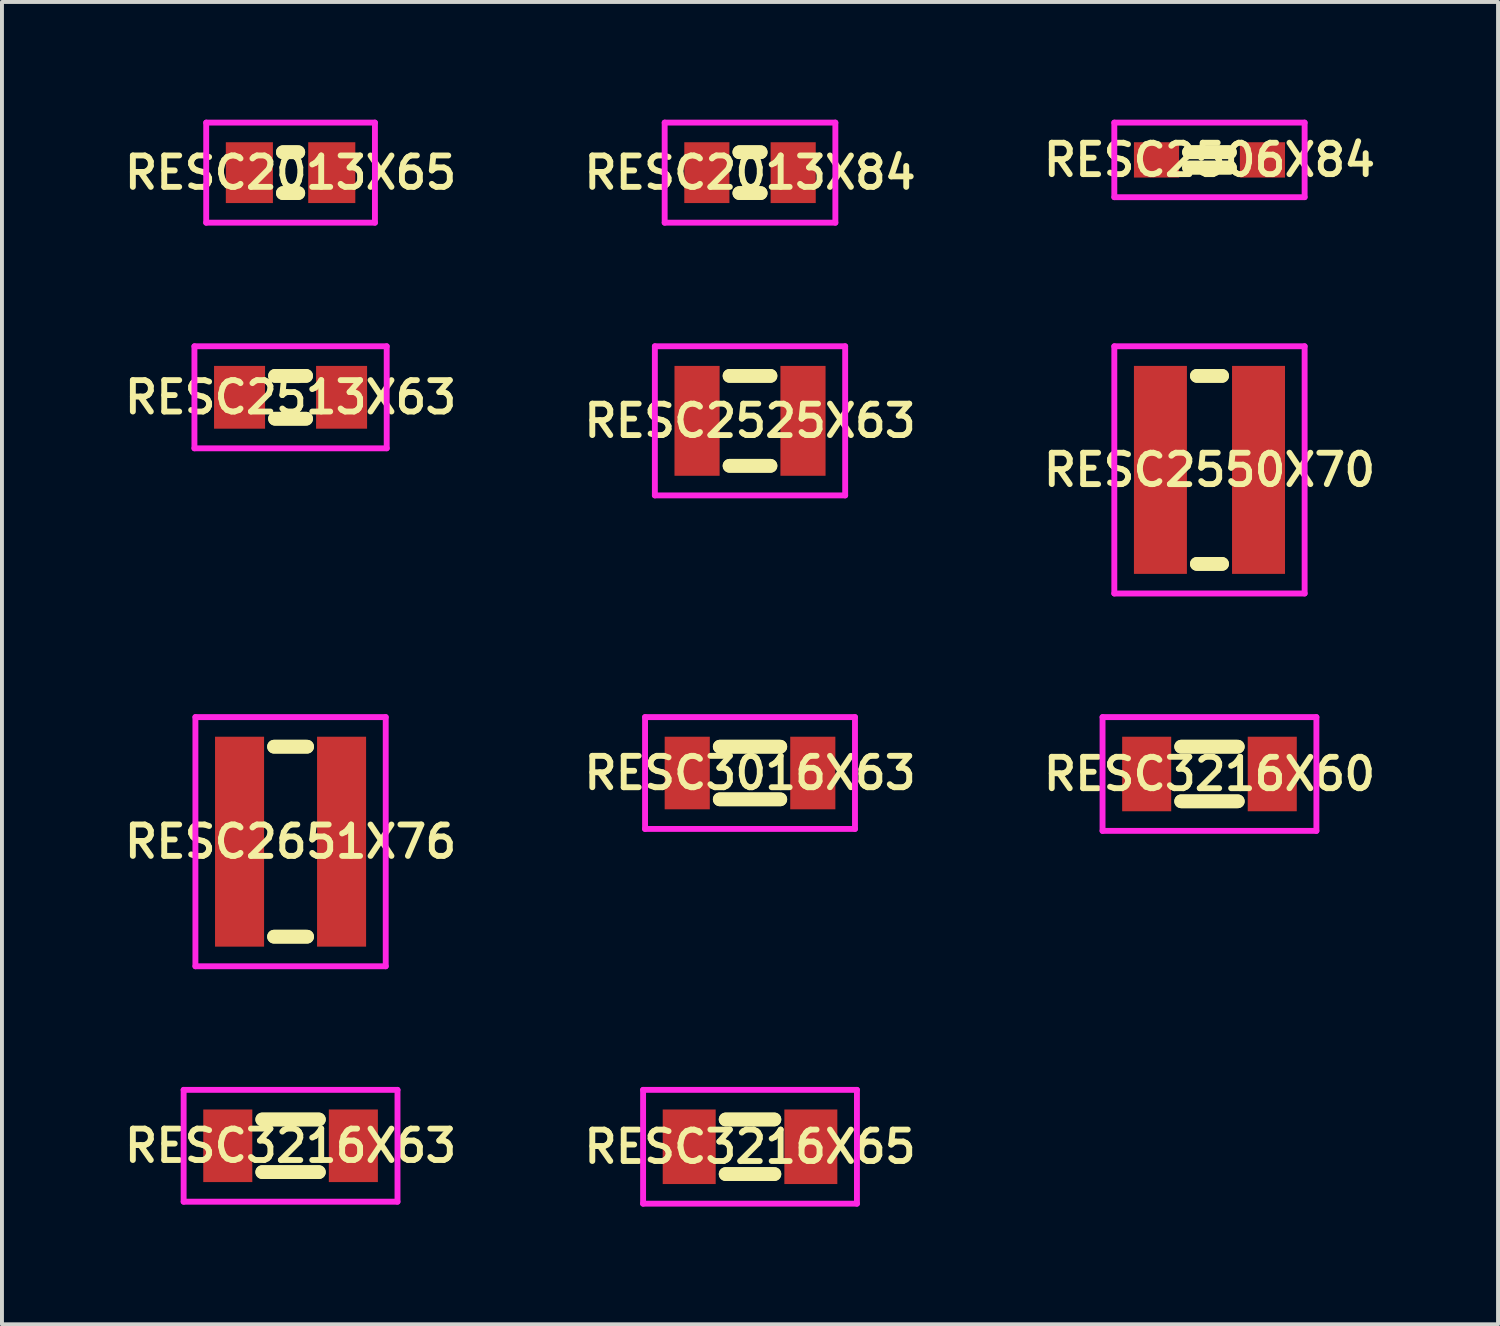
<source format=kicad_pcb>
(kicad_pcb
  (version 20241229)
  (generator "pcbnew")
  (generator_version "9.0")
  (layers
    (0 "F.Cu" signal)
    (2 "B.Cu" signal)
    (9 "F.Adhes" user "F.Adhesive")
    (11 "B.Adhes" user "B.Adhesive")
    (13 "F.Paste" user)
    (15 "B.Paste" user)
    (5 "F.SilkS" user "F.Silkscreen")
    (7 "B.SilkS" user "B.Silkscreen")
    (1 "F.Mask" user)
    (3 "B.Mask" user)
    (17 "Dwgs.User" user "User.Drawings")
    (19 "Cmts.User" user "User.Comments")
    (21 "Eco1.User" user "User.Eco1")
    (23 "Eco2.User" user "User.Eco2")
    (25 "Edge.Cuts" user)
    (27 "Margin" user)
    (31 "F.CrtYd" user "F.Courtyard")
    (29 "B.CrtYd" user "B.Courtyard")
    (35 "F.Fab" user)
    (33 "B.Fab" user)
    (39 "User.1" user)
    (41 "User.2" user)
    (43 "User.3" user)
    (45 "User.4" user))
  (footprint "RESC3216X65"
    (layer "F.Cu")
    (at 16.064 26.175)
    (property "Reference" "RESC3216X65" (at 0 0 0) (layer "F.SilkS") (effects (font (size 0.8 0.8) (thickness 0.15))))
    (attr smd)
    (fp_line (start -0.621 -0.696) (end 0.621 -0.696) (stroke (width 0.35) (type solid)) (layer "F.SilkS"))
    (fp_line (start -0.621 0.696) (end 0.621 0.696) (stroke (width 0.35) (type solid)) (layer "F.SilkS"))
    (fp_line (start 0.621 -0.696) (end -0.621 -0.696) (stroke (width 0.35) (type solid)) (layer "F.SilkS"))
    (fp_line (start 0.621 0.696) (end -0.621 0.696) (stroke (width 0.35) (type solid)) (layer "F.SilkS"))
    (fp_line (start -2.725 -1.45) (end 2.725 -1.45) (stroke (width 0.15) (type solid)) (layer "F.CrtYd"))
    (fp_line (start -2.725 1.45) (end -2.725 -1.45) (stroke (width 0.15) (type solid)) (layer "F.CrtYd"))
    (fp_line (start 2.725 -1.45) (end 2.725 1.45) (stroke (width 0.15) (type solid)) (layer "F.CrtYd"))
    (fp_line (start 2.725 1.45) (end -2.725 1.45) (stroke (width 0.15) (type solid)) (layer "F.CrtYd"))
    (pad "1" smd rect (at -1.55 0) (size 1.35 1.9) (layers "F.Cu" "F.Mask" "F.Paste"))
    (pad "2" smd rect (at 1.55 0) (size 1.35 1.9) (layers "F.Cu" "F.Mask" "F.Paste")))
  (footprint "RESC2013X65"
    (layer "F.Cu")
    (at 4.355 1.35)
    (property "Reference" "RESC2013X65" (at 0 0 0) (layer "F.SilkS") (effects (font (size 0.8 0.8) (thickness 0.15))))
    (attr smd)
    (fp_line (start -0.196 -0.521) (end 0.196 -0.521) (stroke (width 0.35) (type solid)) (layer "F.SilkS"))
    (fp_line (start -0.196 0.521) (end 0.196 0.521) (stroke (width 0.35) (type solid)) (layer "F.SilkS"))
    (fp_line (start 0.196 -0.521) (end -0.196 -0.521) (stroke (width 0.35) (type solid)) (layer "F.SilkS"))
    (fp_line (start 0.196 0.521) (end -0.196 0.521) (stroke (width 0.35) (type solid)) (layer "F.SilkS"))
    (fp_line (start -2.15 -1.275) (end 2.15 -1.275) (stroke (width 0.15) (type solid)) (layer "F.CrtYd"))
    (fp_line (start -2.15 1.275) (end -2.15 -1.275) (stroke (width 0.15) (type solid)) (layer "F.CrtYd"))
    (fp_line (start 2.15 -1.275) (end 2.15 1.275) (stroke (width 0.15) (type solid)) (layer "F.CrtYd"))
    (fp_line (start 2.15 1.275) (end -2.15 1.275) (stroke (width 0.15) (type solid)) (layer "F.CrtYd"))
    (pad "1" smd rect (at -1.05 0) (size 1.2 1.55) (layers "F.Cu" "F.Mask" "F.Paste"))
    (pad "2" smd rect (at 1.05 0) (size 1.2 1.55) (layers "F.Cu" "F.Mask" "F.Paste")))
  (footprint "RESC2506X84"
    (layer "F.Cu")
    (at 27.773 1.025)
    (property "Reference" "RESC2506X84" (at 0 0 0) (layer "F.SilkS") (effects (font (size 0.8 0.8) (thickness 0.15))))
    (attr through_hole)
    (fp_line (start -0.521 -0.196) (end 0.521 -0.196) (stroke (width 0.35) (type solid)) (layer "F.SilkS"))
    (fp_line (start -0.521 0.196) (end 0.521 0.196) (stroke (width 0.35) (type solid)) (layer "F.SilkS"))
    (fp_line (start 0.521 -0.196) (end -0.521 -0.196) (stroke (width 0.35) (type solid)) (layer "F.SilkS"))
    (fp_line (start 0.521 0.196) (end -0.521 0.196) (stroke (width 0.35) (type solid)) (layer "F.SilkS"))
    (fp_line (start -2.425 -0.95) (end 2.425 -0.95) (stroke (width 0.15) (type solid)) (layer "F.CrtYd"))
    (fp_line (start -2.425 0.95) (end -2.425 -0.95) (stroke (width 0.15) (type solid)) (layer "F.CrtYd"))
    (fp_line (start 2.425 -0.95) (end 2.425 0.95) (stroke (width 0.15) (type solid)) (layer "F.CrtYd"))
    (fp_line (start 2.425 0.95) (end -2.425 0.95) (stroke (width 0.15) (type solid)) (layer "F.CrtYd"))
    (pad "1" smd rect (at -1.35 0) (size 1.15 0.9) (layers "F.Cu" "F.Mask" "F.Paste"))
    (pad "2" smd rect (at 1.35 0) (size 1.15 0.9) (layers "F.Cu" "F.Mask" "F.Paste")))
  (footprint "RESC3216X63"
    (layer "F.Cu")
    (at 4.355 26.15)
    (property "Reference" "RESC3216X63" (at 0 0 0) (layer "F.SilkS") (effects (font (size 0.8 0.8) (thickness 0.15))))
    (attr smd)
    (fp_line (start -0.721 -0.671) (end 0.721 -0.671) (stroke (width 0.35) (type solid)) (layer "F.SilkS"))
    (fp_line (start -0.721 0.671) (end 0.721 0.671) (stroke (width 0.35) (type solid)) (layer "F.SilkS"))
    (fp_line (start 0.721 -0.671) (end -0.721 -0.671) (stroke (width 0.35) (type solid)) (layer "F.SilkS"))
    (fp_line (start 0.721 0.671) (end -0.721 0.671) (stroke (width 0.35) (type solid)) (layer "F.SilkS"))
    (fp_line (start -2.725 -1.425) (end 2.725 -1.425) (stroke (width 0.15) (type solid)) (layer "F.CrtYd"))
    (fp_line (start -2.725 1.425) (end -2.725 -1.425) (stroke (width 0.15) (type solid)) (layer "F.CrtYd"))
    (fp_line (start 2.725 -1.425) (end 2.725 1.425) (stroke (width 0.15) (type solid)) (layer "F.CrtYd"))
    (fp_line (start 2.725 1.425) (end -2.725 1.425) (stroke (width 0.15) (type solid)) (layer "F.CrtYd"))
    (pad "1" smd rect (at -1.6 0) (size 1.25 1.85) (layers "F.Cu" "F.Mask" "F.Paste"))
    (pad "2" smd rect (at 1.6 0) (size 1.25 1.85) (layers "F.Cu" "F.Mask" "F.Paste")))
  (footprint "RESC3016X63"
    (layer "F.Cu")
    (at 16.064 16.65)
    (property "Reference" "RESC3016X63" (at 0 0 0) (layer "F.SilkS") (effects (font (size 0.8 0.8) (thickness 0.15))))
    (attr through_hole)
    (fp_line (start -0.771 -0.671) (end 0.771 -0.671) (stroke (width 0.35) (type solid)) (layer "F.SilkS"))
    (fp_line (start -0.771 0.671) (end 0.771 0.671) (stroke (width 0.35) (type solid)) (layer "F.SilkS"))
    (fp_line (start 0.771 -0.671) (end -0.771 -0.671) (stroke (width 0.35) (type solid)) (layer "F.SilkS"))
    (fp_line (start 0.771 0.671) (end -0.771 0.671) (stroke (width 0.35) (type solid)) (layer "F.SilkS"))
    (fp_line (start -2.675 -1.425) (end 2.675 -1.425) (stroke (width 0.15) (type solid)) (layer "F.CrtYd"))
    (fp_line (start -2.675 1.425) (end -2.675 -1.425) (stroke (width 0.15) (type solid)) (layer "F.CrtYd"))
    (fp_line (start 2.675 -1.425) (end 2.675 1.425) (stroke (width 0.15) (type solid)) (layer "F.CrtYd"))
    (fp_line (start 2.675 1.425) (end -2.675 1.425) (stroke (width 0.15) (type solid)) (layer "F.CrtYd"))
    (pad "1" smd rect (at -1.6 0) (size 1.15 1.85) (layers "F.Cu" "F.Mask" "F.Paste"))
    (pad "2" smd rect (at 1.6 0) (size 1.15 1.85) (layers "F.Cu" "F.Mask" "F.Paste")))
  (footprint "RESC2525X63"
    (layer "F.Cu")
    (at 16.064 7.675)
    (property "Reference" "RESC2525X63" (at 0 0 0) (layer "F.SilkS") (effects (font (size 0.8 0.8) (thickness 0.15))))
    (attr smd)
    (fp_line (start -0.521 -1.146) (end 0.521 -1.146) (stroke (width 0.35) (type solid)) (layer "F.SilkS"))
    (fp_line (start -0.521 1.146) (end 0.521 1.146) (stroke (width 0.35) (type solid)) (layer "F.SilkS"))
    (fp_line (start 0.521 -1.146) (end -0.521 -1.146) (stroke (width 0.35) (type solid)) (layer "F.SilkS"))
    (fp_line (start 0.521 1.146) (end -0.521 1.146) (stroke (width 0.35) (type solid)) (layer "F.SilkS"))
    (fp_line (start -2.425 -1.9) (end 2.425 -1.9) (stroke (width 0.15) (type solid)) (layer "F.CrtYd"))
    (fp_line (start -2.425 1.9) (end -2.425 -1.9) (stroke (width 0.15) (type solid)) (layer "F.CrtYd"))
    (fp_line (start 2.425 -1.9) (end 2.425 1.9) (stroke (width 0.15) (type solid)) (layer "F.CrtYd"))
    (fp_line (start 2.425 1.9) (end -2.425 1.9) (stroke (width 0.15) (type solid)) (layer "F.CrtYd"))
    (pad "1" smd rect (at -1.35 0) (size 1.15 2.8) (layers "F.Cu" "F.Mask" "F.Paste"))
    (pad "2" smd rect (at 1.35 0) (size 1.15 2.8) (layers "F.Cu" "F.Mask" "F.Paste")))
  (footprint "RESC2513X63"
    (layer "F.Cu")
    (at 4.355 7.075)
    (property "Reference" "RESC2513X63" (at 0 0 0) (layer "F.SilkS") (effects (font (size 0.8 0.8) (thickness 0.15))))
    (attr smd)
    (fp_line (start -0.396 -0.546) (end 0.396 -0.546) (stroke (width 0.35) (type solid)) (layer "F.SilkS"))
    (fp_line (start -0.396 0.546) (end 0.396 0.546) (stroke (width 0.35) (type solid)) (layer "F.SilkS"))
    (fp_line (start 0.396 -0.546) (end -0.396 -0.546) (stroke (width 0.35) (type solid)) (layer "F.SilkS"))
    (fp_line (start 0.396 0.546) (end -0.396 0.546) (stroke (width 0.35) (type solid)) (layer "F.SilkS"))
    (fp_line (start -2.45 -1.3) (end 2.45 -1.3) (stroke (width 0.15) (type solid)) (layer "F.CrtYd"))
    (fp_line (start -2.45 1.3) (end -2.45 -1.3) (stroke (width 0.15) (type solid)) (layer "F.CrtYd"))
    (fp_line (start 2.45 -1.3) (end 2.45 1.3) (stroke (width 0.15) (type solid)) (layer "F.CrtYd"))
    (fp_line (start 2.45 1.3) (end -2.45 1.3) (stroke (width 0.15) (type solid)) (layer "F.CrtYd"))
    (pad "1" smd rect (at -1.3 0) (size 1.3 1.6) (layers "F.Cu" "F.Mask" "F.Paste"))
    (pad "2" smd rect (at 1.3 0) (size 1.3 1.6) (layers "F.Cu" "F.Mask" "F.Paste")))
  (footprint "RESC2013X84"
    (layer "F.Cu")
    (at 16.064 1.35)
    (property "Reference" "RESC2013X84" (at 0 0 0) (layer "F.SilkS") (effects (font (size 0.8 0.8) (thickness 0.15))))
    (attr through_hole)
    (fp_line (start -0.271 -0.521) (end 0.271 -0.521) (stroke (width 0.35) (type solid)) (layer "F.SilkS"))
    (fp_line (start -0.271 0.521) (end 0.271 0.521) (stroke (width 0.35) (type solid)) (layer "F.SilkS"))
    (fp_line (start 0.271 -0.521) (end -0.271 -0.521) (stroke (width 0.35) (type solid)) (layer "F.SilkS"))
    (fp_line (start 0.271 0.521) (end -0.271 0.521) (stroke (width 0.35) (type solid)) (layer "F.SilkS"))
    (fp_line (start -2.175 -1.275) (end 2.175 -1.275) (stroke (width 0.15) (type solid)) (layer "F.CrtYd"))
    (fp_line (start -2.175 1.275) (end -2.175 -1.275) (stroke (width 0.15) (type solid)) (layer "F.CrtYd"))
    (fp_line (start 2.175 -1.275) (end 2.175 1.275) (stroke (width 0.15) (type solid)) (layer "F.CrtYd"))
    (fp_line (start 2.175 1.275) (end -2.175 1.275) (stroke (width 0.15) (type solid)) (layer "F.CrtYd"))
    (pad "1" smd rect (at -1.1 0) (size 1.15 1.55) (layers "F.Cu" "F.Mask" "F.Paste"))
    (pad "2" smd rect (at 1.1 0) (size 1.15 1.55) (layers "F.Cu" "F.Mask" "F.Paste")))
  (footprint "RESC3216X60"
    (layer "F.Cu")
    (at 27.773 16.675)
    (property "Reference" "RESC3216X60" (at 0 0 0) (layer "F.SilkS") (effects (font (size 0.8 0.8) (thickness 0.15))))
    (attr through_hole)
    (fp_line (start -0.721 -0.696) (end 0.721 -0.696) (stroke (width 0.35) (type solid)) (layer "F.SilkS"))
    (fp_line (start -0.721 0.696) (end 0.721 0.696) (stroke (width 0.35) (type solid)) (layer "F.SilkS"))
    (fp_line (start 0.721 -0.696) (end -0.721 -0.696) (stroke (width 0.35) (type solid)) (layer "F.SilkS"))
    (fp_line (start 0.721 0.696) (end -0.721 0.696) (stroke (width 0.35) (type solid)) (layer "F.SilkS"))
    (fp_line (start -2.725 -1.45) (end 2.725 -1.45) (stroke (width 0.15) (type solid)) (layer "F.CrtYd"))
    (fp_line (start -2.725 1.45) (end -2.725 -1.45) (stroke (width 0.15) (type solid)) (layer "F.CrtYd"))
    (fp_line (start 2.725 -1.45) (end 2.725 1.45) (stroke (width 0.15) (type solid)) (layer "F.CrtYd"))
    (fp_line (start 2.725 1.45) (end -2.725 1.45) (stroke (width 0.15) (type solid)) (layer "F.CrtYd"))
    (pad "1" smd rect (at -1.6 0) (size 1.25 1.9) (layers "F.Cu" "F.Mask" "F.Paste"))
    (pad "2" smd rect (at 1.6 0) (size 1.25 1.9) (layers "F.Cu" "F.Mask" "F.Paste")))
  (footprint "RESC2550X70"
    (layer "F.Cu")
    (at 27.773 8.925)
    (property "Reference" "RESC2550X70" (at 0 0 0) (layer "F.SilkS") (effects (font (size 0.8 0.8) (thickness 0.15))))
    (attr smd)
    (fp_line (start -0.321 -2.396) (end 0.321 -2.396) (stroke (width 0.35) (type solid)) (layer "F.SilkS"))
    (fp_line (start -0.321 2.396) (end 0.321 2.396) (stroke (width 0.35) (type solid)) (layer "F.SilkS"))
    (fp_line (start 0.321 -2.396) (end -0.321 -2.396) (stroke (width 0.35) (type solid)) (layer "F.SilkS"))
    (fp_line (start 0.321 2.396) (end -0.321 2.396) (stroke (width 0.35) (type solid)) (layer "F.SilkS"))
    (fp_line (start -2.425 -3.15) (end 2.425 -3.15) (stroke (width 0.15) (type solid)) (layer "F.CrtYd"))
    (fp_line (start -2.425 3.15) (end -2.425 -3.15) (stroke (width 0.15) (type solid)) (layer "F.CrtYd"))
    (fp_line (start 2.425 -3.15) (end 2.425 3.15) (stroke (width 0.15) (type solid)) (layer "F.CrtYd"))
    (fp_line (start 2.425 3.15) (end -2.425 3.15) (stroke (width 0.15) (type solid)) (layer "F.CrtYd"))
    (pad "1" smd rect (at -1.25 0) (size 1.35 5.3) (layers "F.Cu" "F.Mask" "F.Paste"))
    (pad "2" smd rect (at 1.25 0) (size 1.35 5.3) (layers "F.Cu" "F.Mask" "F.Paste")))
  (footprint "RESC2651X76"
    (layer "F.Cu")
    (at 4.355 18.4)
    (property "Reference" "RESC2651X76" (at 0 0 0) (layer "F.SilkS") (effects (font (size 0.8 0.8) (thickness 0.15))))
    (attr through_hole)
    (fp_line (start -0.421 -2.421) (end 0.421 -2.421) (stroke (width 0.35) (type solid)) (layer "F.SilkS"))
    (fp_line (start -0.421 2.421) (end 0.421 2.421) (stroke (width 0.35) (type solid)) (layer "F.SilkS"))
    (fp_line (start 0.421 -2.421) (end -0.421 -2.421) (stroke (width 0.35) (type solid)) (layer "F.SilkS"))
    (fp_line (start 0.421 2.421) (end -0.421 2.421) (stroke (width 0.35) (type solid)) (layer "F.SilkS"))
    (fp_line (start -2.425 -3.175) (end 2.425 -3.175) (stroke (width 0.15) (type solid)) (layer "F.CrtYd"))
    (fp_line (start -2.425 3.175) (end -2.425 -3.175) (stroke (width 0.15) (type solid)) (layer "F.CrtYd"))
    (fp_line (start 2.425 -3.175) (end 2.425 3.175) (stroke (width 0.15) (type solid)) (layer "F.CrtYd"))
    (fp_line (start 2.425 3.175) (end -2.425 3.175) (stroke (width 0.15) (type solid)) (layer "F.CrtYd"))
    (pad "1" smd rect (at -1.3 0) (size 1.25 5.35) (layers "F.Cu" "F.Mask" "F.Paste"))
    (pad "2" smd rect (at 1.3 0) (size 1.25 5.35) (layers "F.Cu" "F.Mask" "F.Paste")))
  (gr_rect
    (start -3 -3)
    (end 35.127 30.7)
    (stroke (width 0.1) (type default))
    (fill no)
    (layer "Edge.Cuts")))
</source>
